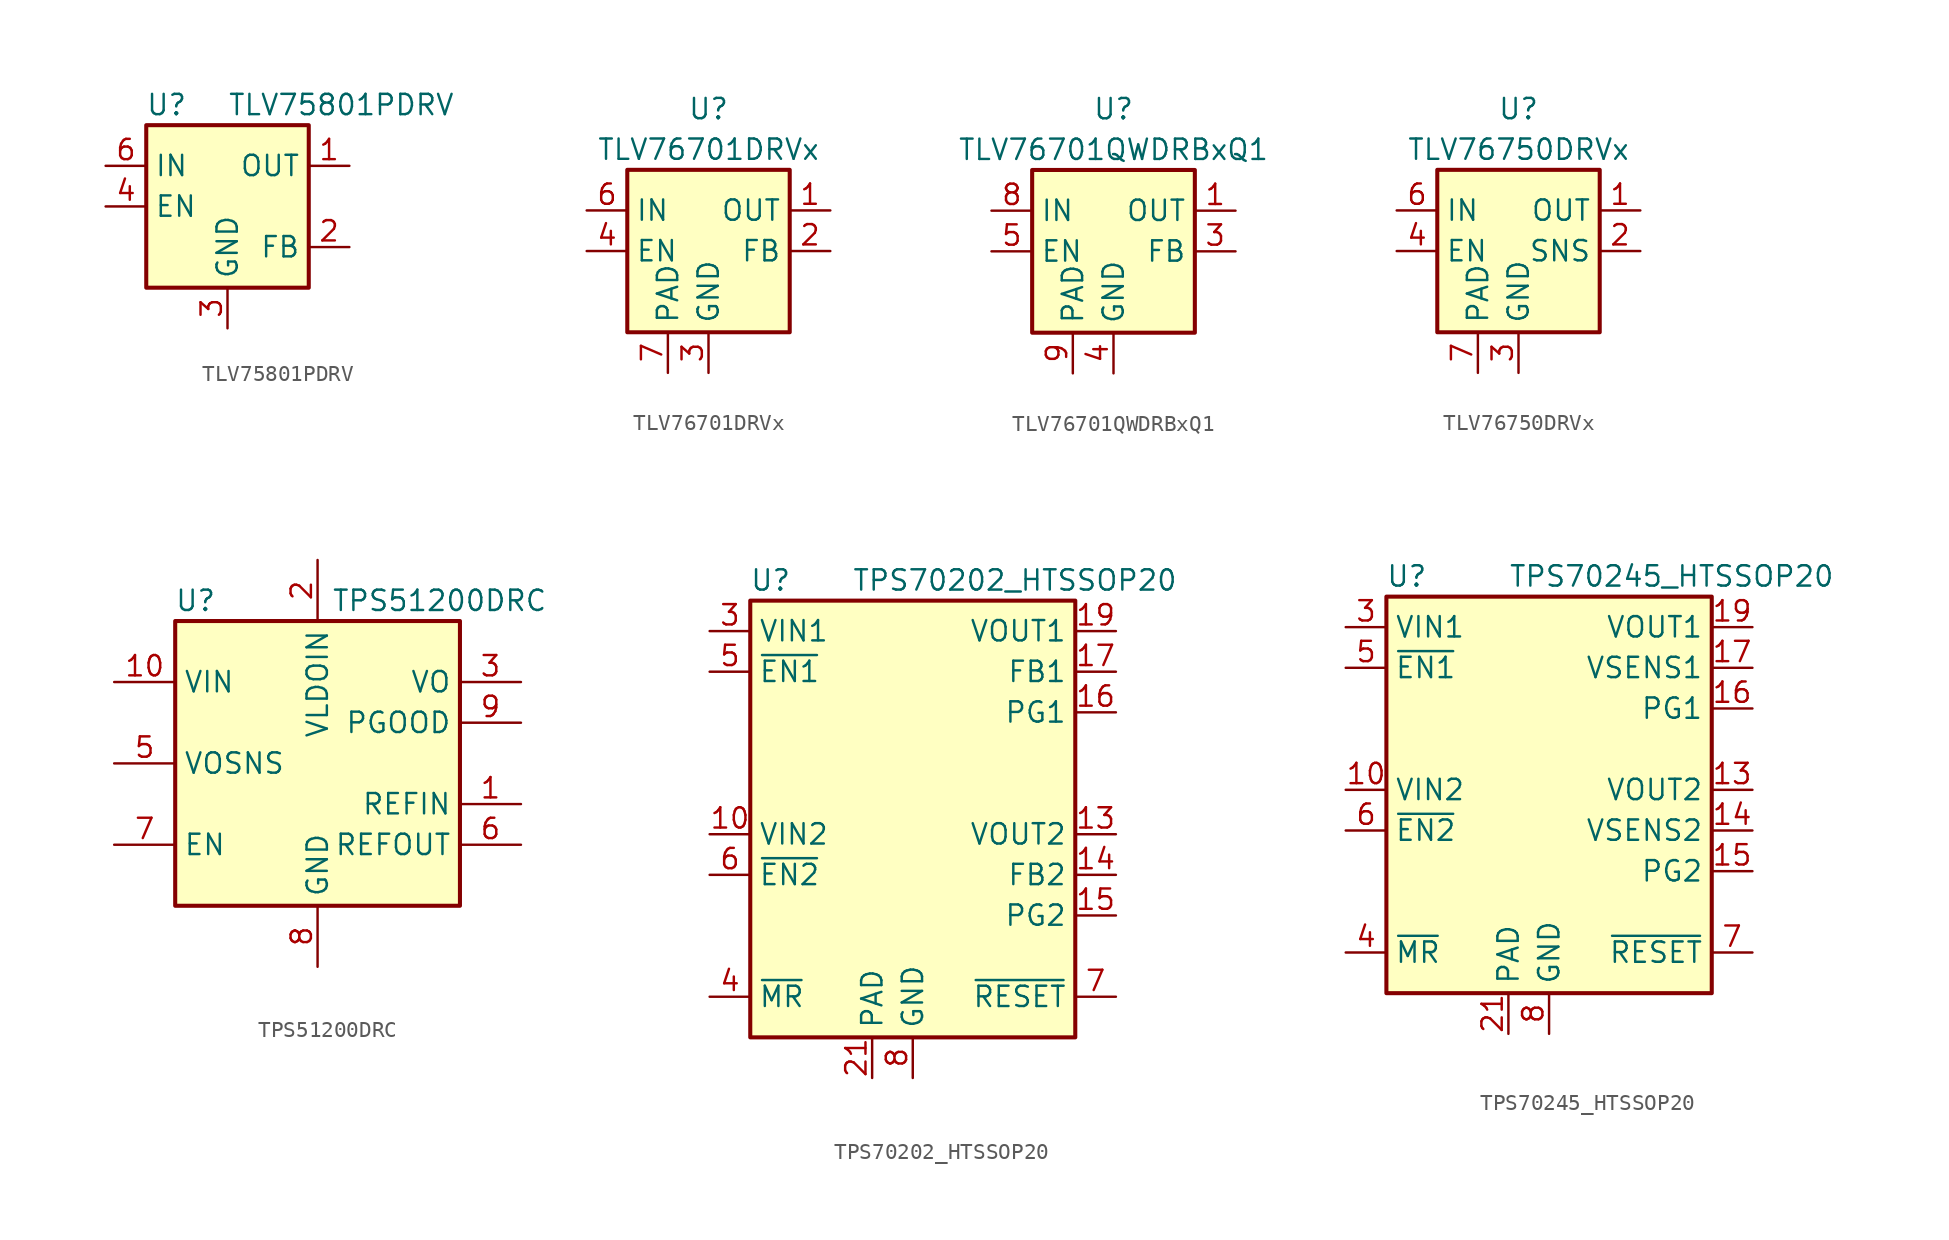
<source format=kicad_sym>
(kicad_symbol_lib
  (version 20241209)
  (generator "kicad_symbol_editor")
  (generator_version "9.0")
  (symbol "TLV75801PDRV"
    (property "Reference" "U"
      (at -3.81 6.35 0)
      (effects (font (size 1.27 1.27))))
    (property "Value" "TLV75801PDRV"
      (at 0 6.35 0)
      (effects (font (size 1.27 1.27)) (justify left)))
    (symbol "TLV75801PDRV_0_1"
      (rectangle (start 5.08 -5.08) (end -5.08 5.08) (stroke (width 0.254) (type default)) (fill (type background))))
    (symbol "TLV75801PDRV_1_1"
      (pin power_in line (at -7.62 2.54 0) (length 2.54) (name "IN" (effects (font (size 1.27 1.27)))) (number "6" (effects (font (size 1.27 1.27)))))
      (pin input line (at -7.62 0 0) (length 2.54) (name "EN" (effects (font (size 1.27 1.27)))) (number "4" (effects (font (size 1.27 1.27)))))
      (pin power_in line (at 0 -7.62 90) (length 2.54) (name "GND" (effects (font (size 1.27 1.27)))) (number "3" (effects (font (size 1.27 1.27)))))
      (pin passive line (at 0 -7.62 90) (length 2.54) (hide yes) (name "GND" (effects (font (size 1.27 1.27)))) (number "7" (effects (font (size 1.27 1.27)))))
      (pin no_connect line (at 5.08 0 180) (length 2.54) (hide yes) (name "DNC" (effects (font (size 1.27 1.27)))) (number "5" (effects (font (size 1.27 1.27)))))
      (pin power_out line (at 7.62 2.54 180) (length 2.54) (name "OUT" (effects (font (size 1.27 1.27)))) (number "1" (effects (font (size 1.27 1.27)))))
      (pin input line (at 7.62 -2.54 180) (length 2.54) (name "FB" (effects (font (size 1.27 1.27)))) (number "2" (effects (font (size 1.27 1.27)))))))
  (symbol "TLV76701DRVx"
    (property "Reference" "U"
      (at 0 8.89 0)
      (effects (font (size 1.27 1.27))))
    (property "Value" "TLV76701DRVx"
      (at 0 6.35 0)
      (effects (font (size 1.27 1.27))))
    (symbol "TLV76701DRVx_0_1"
      (rectangle (start -5.08 -5.08) (end 5.08 5.08) (stroke (width 0.254) (type default)) (fill (type background))))
    (symbol "TLV76701DRVx_1_1"
      (pin power_in line (at -7.62 2.54 0) (length 2.54) (name "IN" (effects (font (size 1.27 1.27)))) (number "6" (effects (font (size 1.27 1.27)))))
      (pin input line (at -7.62 0 0) (length 2.54) (name "EN" (effects (font (size 1.27 1.27)))) (number "4" (effects (font (size 1.27 1.27)))))
      (pin passive line (at -2.54 -7.62 90) (length 2.54) (name "PAD" (effects (font (size 1.27 1.27)))) (number "7" (effects (font (size 1.27 1.27)))))
      (pin power_in line (at 0 -7.62 90) (length 2.54) (name "GND" (effects (font (size 1.27 1.27)))) (number "3" (effects (font (size 1.27 1.27)))))
      (pin passive line (at 0 -7.62 90) (length 2.54) (hide yes) (name "GND" (effects (font (size 1.27 1.27)))) (number "5" (effects (font (size 1.27 1.27)))))
      (pin power_out line (at 7.62 2.54 180) (length 2.54) (name "OUT" (effects (font (size 1.27 1.27)))) (number "1" (effects (font (size 1.27 1.27)))))
      (pin input line (at 7.62 0 180) (length 2.54) (name "FB" (effects (font (size 1.27 1.27)))) (number "2" (effects (font (size 1.27 1.27)))))))
  (symbol "TLV76701QWDRBxQ1"
    (property "Reference" "U"
      (at 0 8.89 0)
      (effects (font (size 1.27 1.27))))
    (property "Value" "TLV76701QWDRBxQ1"
      (at 0 6.35 0)
      (effects (font (size 1.27 1.27))))
    (symbol "TLV76701QWDRBxQ1_0_1"
      (rectangle (start -5.08 5.08) (end 5.08 -5.08) (stroke (width 0.254) (type default)) (fill (type background))))
    (symbol "TLV76701QWDRBxQ1_1_1"
      (pin power_in line (at -7.62 2.54 0) (length 2.54) (name "IN" (effects (font (size 1.27 1.27)))) (number "8" (effects (font (size 1.27 1.27)))))
      (pin input line (at -7.62 0 0) (length 2.54) (name "EN" (effects (font (size 1.27 1.27)))) (number "5" (effects (font (size 1.27 1.27)))))
      (pin no_connect line (at -5.08 -2.54 0) (length 2.54) (hide yes) (name "NC" (effects (font (size 1.27 1.27)))) (number "7" (effects (font (size 1.27 1.27)))))
      (pin passive line (at -2.54 -7.62 90) (length 2.54) (name "PAD" (effects (font (size 1.27 1.27)))) (number "9" (effects (font (size 1.27 1.27)))))
      (pin power_in line (at 0 -7.62 90) (length 2.54) (name "GND" (effects (font (size 1.27 1.27)))) (number "4" (effects (font (size 1.27 1.27)))))
      (pin passive line (at 0 -7.62 90) (length 2.54) (hide yes) (name "GND" (effects (font (size 1.27 1.27)))) (number "6" (effects (font (size 1.27 1.27)))))
      (pin no_connect line (at 5.08 -2.54 180) (length 2.54) (hide yes) (name "NC" (effects (font (size 1.27 1.27)))) (number "2" (effects (font (size 1.27 1.27)))))
      (pin power_out line (at 7.62 2.54 180) (length 2.54) (name "OUT" (effects (font (size 1.27 1.27)))) (number "1" (effects (font (size 1.27 1.27)))))
      (pin input line (at 7.62 0 180) (length 2.54) (name "FB" (effects (font (size 1.27 1.27)))) (number "3" (effects (font (size 1.27 1.27)))))))
  (symbol "TLV76750DRVx"
    (property "Reference" "U"
      (at 0 8.89 0)
      (effects (font (size 1.27 1.27))))
    (property "Value" "TLV76750DRVx"
      (at 0 6.35 0)
      (effects (font (size 1.27 1.27))))
    (symbol "TLV76750DRVx_0_1"
      (rectangle (start -5.08 -5.08) (end 5.08 5.08) (stroke (width 0.254) (type default)) (fill (type background))))
    (symbol "TLV76750DRVx_1_1"
      (pin power_in line (at -7.62 2.54 0) (length 2.54) (name "IN" (effects (font (size 1.27 1.27)))) (number "6" (effects (font (size 1.27 1.27)))))
      (pin input line (at -7.62 0 0) (length 2.54) (name "EN" (effects (font (size 1.27 1.27)))) (number "4" (effects (font (size 1.27 1.27)))))
      (pin passive line (at -2.54 -7.62 90) (length 2.54) (name "PAD" (effects (font (size 1.27 1.27)))) (number "7" (effects (font (size 1.27 1.27)))))
      (pin power_in line (at 0 -7.62 90) (length 2.54) (name "GND" (effects (font (size 1.27 1.27)))) (number "3" (effects (font (size 1.27 1.27)))))
      (pin passive line (at 0 -7.62 90) (length 2.54) (hide yes) (name "GND" (effects (font (size 1.27 1.27)))) (number "5" (effects (font (size 1.27 1.27)))))
      (pin power_out line (at 7.62 2.54 180) (length 2.54) (name "OUT" (effects (font (size 1.27 1.27)))) (number "1" (effects (font (size 1.27 1.27)))))
      (pin input line (at 7.62 0 180) (length 2.54) (name "SNS" (effects (font (size 1.27 1.27)))) (number "2" (effects (font (size 1.27 1.27)))))))
  (symbol "TPS51200DRC"
    (property "Reference" "U"
      (at -7.62 10.16 0)
      (effects (font (size 1.27 1.27))))
    (property "Value" "TPS51200DRC"
      (at 7.62 10.16 0)
      (effects (font (size 1.27 1.27))))
    (symbol "TPS51200DRC_0_1"
      (rectangle (start -8.89 -8.89) (end 8.89 8.89) (stroke (width 0.254) (type default)) (fill (type background)))
      (pin power_in line (at -12.7 5.08 0) (length 3.81) (name "VIN" (effects (font (size 1.27 1.27)))) (number "10" (effects (font (size 1.27 1.27)))))
      (pin input line (at -12.7 0 0) (length 3.81) (name "VOSNS" (effects (font (size 1.27 1.27)))) (number "5" (effects (font (size 1.27 1.27)))))
      (pin input line (at -12.7 -5.08 0) (length 3.81) (name "EN" (effects (font (size 1.27 1.27)))) (number "7" (effects (font (size 1.27 1.27)))))
      (pin power_in line (at 0 12.7 270) (length 3.81) (name "VLDOIN" (effects (font (size 1.27 1.27)))) (number "2" (effects (font (size 1.27 1.27)))))
      (pin passive line (at 0 -12.7 90) (length 3.81) (hide yes) (name "GND" (effects (font (size 1.27 1.27)))) (number "11" (effects (font (size 1.27 1.27)))))
      (pin passive line (at 0 -12.7 90) (length 3.81) (hide yes) (name "GND" (effects (font (size 1.27 1.27)))) (number "4" (effects (font (size 1.27 1.27)))))
      (pin power_in line (at 0 -12.7 90) (length 3.81) (name "GND" (effects (font (size 1.27 1.27)))) (number "8" (effects (font (size 1.27 1.27)))))
      (pin power_out line (at 12.7 5.08 180) (length 3.81) (name "VO" (effects (font (size 1.27 1.27)))) (number "3" (effects (font (size 1.27 1.27)))))
      (pin open_collector line (at 12.7 2.54 180) (length 3.81) (name "PGOOD" (effects (font (size 1.27 1.27)))) (number "9" (effects (font (size 1.27 1.27)))))
      (pin input line (at 12.7 -2.54 180) (length 3.81) (name "REFIN" (effects (font (size 1.27 1.27)))) (number "1" (effects (font (size 1.27 1.27)))))
      (pin output line (at 12.7 -5.08 180) (length 3.81) (name "REFOUT" (effects (font (size 1.27 1.27)))) (number "6" (effects (font (size 1.27 1.27)))))))
  (symbol "TPS70202_HTSSOP20"
    (property "Reference" "U"
      (at -8.89 15.875 0)
      (effects (font (size 1.27 1.27))))
    (property "Value" "TPS70202_HTSSOP20"
      (at -3.81 15.875 0)
      (effects (font (size 1.27 1.27)) (justify left)))
    (symbol "TPS70202_HTSSOP20_0_1"
      (rectangle (start -10.16 14.605) (end 10.16 -12.7) (stroke (width 0.254) (type default)) (fill (type background))))
    (symbol "TPS70202_HTSSOP20_1_1"
      (pin passive line (at -12.7 12.7 0) (length 2.54) (hide yes) (name "VIN1" (effects (font (size 1.27 1.27)))) (number "2" (effects (font (size 1.27 1.27)))))
      (pin power_in line (at -12.7 12.7 0) (length 2.54) (name "VIN1" (effects (font (size 1.27 1.27)))) (number "3" (effects (font (size 1.27 1.27)))))
      (pin input line (at -12.7 10.16 0) (length 2.54) (name "~{EN1}" (effects (font (size 1.27 1.27)))) (number "5" (effects (font (size 1.27 1.27)))))
      (pin power_in line (at -12.7 0 0) (length 2.54) (name "VIN2" (effects (font (size 1.27 1.27)))) (number "10" (effects (font (size 1.27 1.27)))))
      (pin passive line (at -12.7 0 0) (length 2.54) (hide yes) (name "VIN2" (effects (font (size 1.27 1.27)))) (number "9" (effects (font (size 1.27 1.27)))))
      (pin input line (at -12.7 -2.54 0) (length 2.54) (name "~{EN2}" (effects (font (size 1.27 1.27)))) (number "6" (effects (font (size 1.27 1.27)))))
      (pin input line (at -12.7 -10.16 0) (length 2.54) (name "~{MR}" (effects (font (size 1.27 1.27)))) (number "4" (effects (font (size 1.27 1.27)))))
      (pin no_connect line (at -10.16 7.62 0) (length 2.54) (hide yes) (name "NC" (effects (font (size 1.27 1.27)))) (number "1" (effects (font (size 1.27 1.27)))))
      (pin no_connect line (at -10.16 5.08 0) (length 2.54) (hide yes) (name "NC" (effects (font (size 1.27 1.27)))) (number "11" (effects (font (size 1.27 1.27)))))
      (pin no_connect line (at -10.16 -5.08 0) (length 2.54) (hide yes) (name "NC" (effects (font (size 1.27 1.27)))) (number "20" (effects (font (size 1.27 1.27)))))
      (pin power_in line (at -2.54 -15.24 90) (length 2.54) (name "PAD" (effects (font (size 1.27 1.27)))) (number "21" (effects (font (size 1.27 1.27)))))
      (pin power_in line (at 0 -15.24 90) (length 2.54) (name "GND" (effects (font (size 1.27 1.27)))) (number "8" (effects (font (size 1.27 1.27)))))
      (pin passive line (at 12.7 12.7 180) (length 2.54) (hide yes) (name "VOUT1" (effects (font (size 1.27 1.27)))) (number "18" (effects (font (size 1.27 1.27)))))
      (pin power_out line (at 12.7 12.7 180) (length 2.54) (name "VOUT1" (effects (font (size 1.27 1.27)))) (number "19" (effects (font (size 1.27 1.27)))))
      (pin input line (at 12.7 10.16 180) (length 2.54) (name "FB1" (effects (font (size 1.27 1.27)))) (number "17" (effects (font (size 1.27 1.27)))))
      (pin open_collector line (at 12.7 7.62 180) (length 2.54) (name "PG1" (effects (font (size 1.27 1.27)))) (number "16" (effects (font (size 1.27 1.27)))))
      (pin passive line (at 12.7 0 180) (length 2.54) (hide yes) (name "VOUT2" (effects (font (size 1.27 1.27)))) (number "12" (effects (font (size 1.27 1.27)))))
      (pin power_out line (at 12.7 0 180) (length 2.54) (name "VOUT2" (effects (font (size 1.27 1.27)))) (number "13" (effects (font (size 1.27 1.27)))))
      (pin input line (at 12.7 -2.54 180) (length 2.54) (name "FB2" (effects (font (size 1.27 1.27)))) (number "14" (effects (font (size 1.27 1.27)))))
      (pin open_collector line (at 12.7 -5.08 180) (length 2.54) (name "PG2" (effects (font (size 1.27 1.27)))) (number "15" (effects (font (size 1.27 1.27)))))
      (pin open_collector line (at 12.7 -10.16 180) (length 2.54) (name "~{RESET}" (effects (font (size 1.27 1.27)))) (number "7" (effects (font (size 1.27 1.27)))))))
  (symbol "TPS70245_HTSSOP20"
    (property "Reference" "U"
      (at -8.89 13.335 0)
      (effects (font (size 1.27 1.27))))
    (property "Value" "TPS70245_HTSSOP20"
      (at -2.54 13.335 0)
      (effects (font (size 1.27 1.27)) (justify left)))
    (symbol "TPS70245_HTSSOP20_0_1"
      (rectangle (start -10.16 12.065) (end 10.16 -12.7) (stroke (width 0.254) (type default)) (fill (type background))))
    (symbol "TPS70245_HTSSOP20_1_1"
      (pin passive line (at -12.7 10.16 0) (length 2.54) (hide yes) (name "VIN1" (effects (font (size 1.27 1.27)))) (number "2" (effects (font (size 1.27 1.27)))))
      (pin power_in line (at -12.7 10.16 0) (length 2.54) (name "VIN1" (effects (font (size 1.27 1.27)))) (number "3" (effects (font (size 1.27 1.27)))))
      (pin input line (at -12.7 7.62 0) (length 2.54) (name "~{EN1}" (effects (font (size 1.27 1.27)))) (number "5" (effects (font (size 1.27 1.27)))))
      (pin power_in line (at -12.7 0 0) (length 2.54) (name "VIN2" (effects (font (size 1.27 1.27)))) (number "10" (effects (font (size 1.27 1.27)))))
      (pin passive line (at -12.7 0 0) (length 2.54) (hide yes) (name "VIN2" (effects (font (size 1.27 1.27)))) (number "9" (effects (font (size 1.27 1.27)))))
      (pin input line (at -12.7 -2.54 0) (length 2.54) (name "~{EN2}" (effects (font (size 1.27 1.27)))) (number "6" (effects (font (size 1.27 1.27)))))
      (pin input line (at -12.7 -10.16 0) (length 2.54) (name "~{MR}" (effects (font (size 1.27 1.27)))) (number "4" (effects (font (size 1.27 1.27)))))
      (pin no_connect line (at -10.16 5.08 0) (length 2.54) (hide yes) (name "NC" (effects (font (size 1.27 1.27)))) (number "1" (effects (font (size 1.27 1.27)))))
      (pin no_connect line (at -10.16 -5.08 0) (length 2.54) (hide yes) (name "NC" (effects (font (size 1.27 1.27)))) (number "11" (effects (font (size 1.27 1.27)))))
      (pin power_in line (at -2.54 -15.24 90) (length 2.54) (name "PAD" (effects (font (size 1.27 1.27)))) (number "21" (effects (font (size 1.27 1.27)))))
      (pin power_in line (at 0 -15.24 90) (length 2.54) (name "GND" (effects (font (size 1.27 1.27)))) (number "8" (effects (font (size 1.27 1.27)))))
      (pin no_connect line (at 2.54 -12.7 90) (length 2.54) (hide yes) (name "NC" (effects (font (size 1.27 1.27)))) (number "20" (effects (font (size 1.27 1.27)))))
      (pin passive line (at 12.7 10.16 180) (length 2.54) (hide yes) (name "VOUT1" (effects (font (size 1.27 1.27)))) (number "18" (effects (font (size 1.27 1.27)))))
      (pin power_out line (at 12.7 10.16 180) (length 2.54) (name "VOUT1" (effects (font (size 1.27 1.27)))) (number "19" (effects (font (size 1.27 1.27)))))
      (pin input line (at 12.7 7.62 180) (length 2.54) (name "VSENS1" (effects (font (size 1.27 1.27)))) (number "17" (effects (font (size 1.27 1.27)))))
      (pin open_collector line (at 12.7 5.08 180) (length 2.54) (name "PG1" (effects (font (size 1.27 1.27)))) (number "16" (effects (font (size 1.27 1.27)))))
      (pin passive line (at 12.7 0 180) (length 2.54) (hide yes) (name "VOUT2" (effects (font (size 1.27 1.27)))) (number "12" (effects (font (size 1.27 1.27)))))
      (pin power_out line (at 12.7 0 180) (length 2.54) (name "VOUT2" (effects (font (size 1.27 1.27)))) (number "13" (effects (font (size 1.27 1.27)))))
      (pin input line (at 12.7 -2.54 180) (length 2.54) (name "VSENS2" (effects (font (size 1.27 1.27)))) (number "14" (effects (font (size 1.27 1.27)))))
      (pin open_collector line (at 12.7 -5.08 180) (length 2.54) (name "PG2" (effects (font (size 1.27 1.27)))) (number "15" (effects (font (size 1.27 1.27)))))
      (pin open_collector line (at 12.7 -10.16 180) (length 2.54) (name "~{RESET}" (effects (font (size 1.27 1.27)))) (number "7" (effects (font (size 1.27 1.27))))))))
</source>
